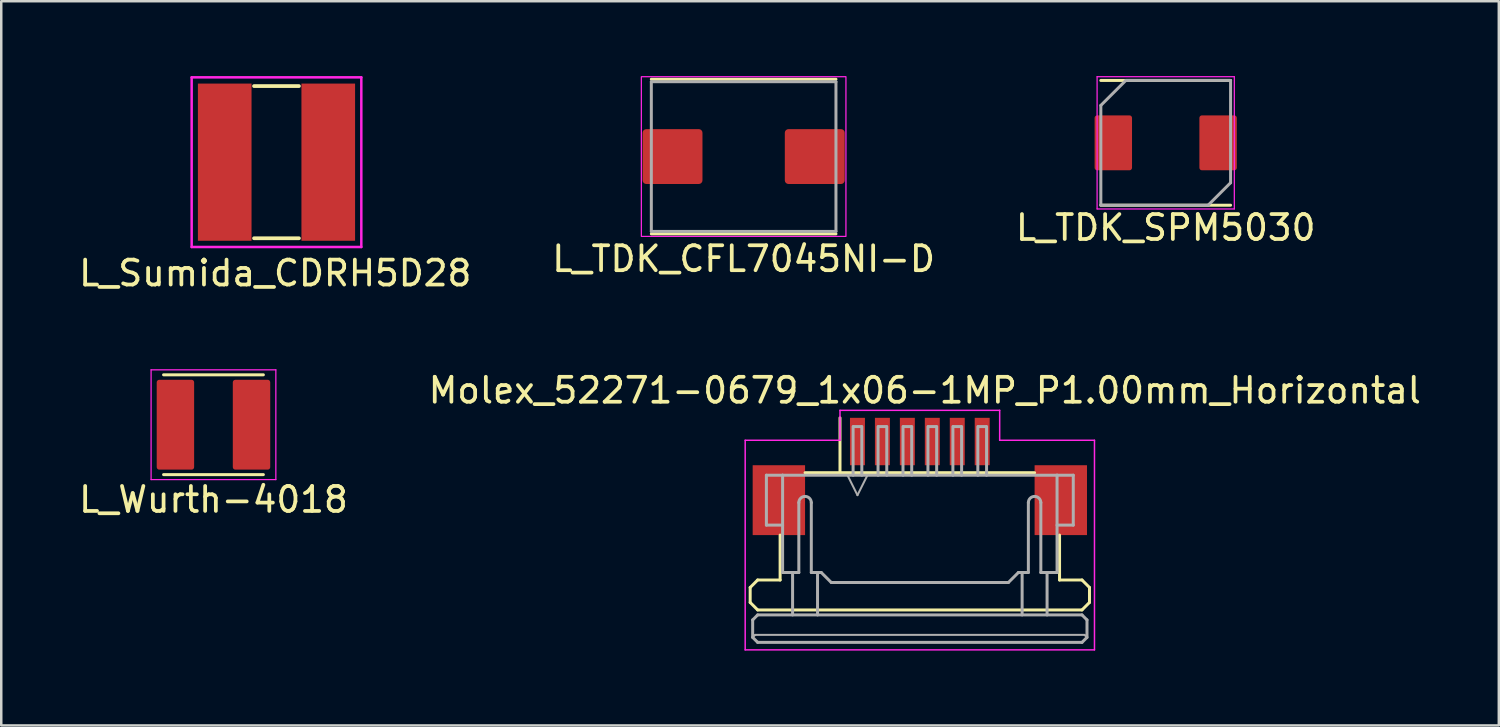
<source format=kicad_pcb>
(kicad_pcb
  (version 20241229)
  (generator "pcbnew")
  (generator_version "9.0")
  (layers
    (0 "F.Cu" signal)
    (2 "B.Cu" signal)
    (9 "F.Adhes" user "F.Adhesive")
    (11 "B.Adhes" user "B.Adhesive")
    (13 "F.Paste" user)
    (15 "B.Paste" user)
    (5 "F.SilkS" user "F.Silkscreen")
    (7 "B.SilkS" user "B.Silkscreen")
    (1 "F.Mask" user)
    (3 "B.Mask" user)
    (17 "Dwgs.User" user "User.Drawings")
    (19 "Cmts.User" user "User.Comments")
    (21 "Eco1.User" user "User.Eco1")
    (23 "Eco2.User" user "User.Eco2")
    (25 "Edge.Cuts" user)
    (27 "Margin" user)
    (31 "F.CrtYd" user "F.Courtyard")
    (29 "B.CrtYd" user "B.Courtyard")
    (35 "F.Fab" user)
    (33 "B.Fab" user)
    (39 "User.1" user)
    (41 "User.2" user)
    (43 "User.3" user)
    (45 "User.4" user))
  (footprint "L_TDK_SPM5030"
    (layer "F.Cu")
    (at 43.673 2.675)
    (property "Reference" "L_TDK_SPM5030" (at 0 3.4 0) (layer "F.SilkS") (effects (font (size 1 1) (thickness 0.15))))
    (attr through_hole)
    (fp_line (start -2.6 -2.5) (end 2.6 -2.5) (stroke (width 0.12) (type solid)) (layer "F.SilkS"))
    (fp_line (start 2.6 2.5) (end -2.6 2.5) (stroke (width 0.12) (type solid)) (layer "F.SilkS"))
    (fp_line (start -2.75 -2.65) (end 2.75 -2.65) (stroke (width 0.05) (type solid)) (layer "F.CrtYd"))
    (fp_line (start -2.75 2.65) (end -2.75 -2.65) (stroke (width 0.05) (type solid)) (layer "F.CrtYd"))
    (fp_line (start 2.75 -2.65) (end 2.75 2.65) (stroke (width 0.05) (type solid)) (layer "F.CrtYd"))
    (fp_line (start 2.75 2.65) (end -2.75 2.65) (stroke (width 0.05) (type solid)) (layer "F.CrtYd"))
    (fp_line (start -2.6 -1.5) (end -1.6 -2.5) (stroke (width 0.12) (type solid)) (layer "F.Fab"))
    (fp_line (start -2.6 2.5) (end -2.6 -1.5) (stroke (width 0.12) (type solid)) (layer "F.Fab"))
    (fp_line (start -1.6 -2.5) (end 2.6 -2.5) (stroke (width 0.12) (type solid)) (layer "F.Fab"))
    (fp_line (start 1.7 2.5) (end -2.6 2.5) (stroke (width 0.12) (type solid)) (layer "F.Fab"))
    (fp_line (start 2.6 -2.5) (end 2.6 1.6) (stroke (width 0.12) (type solid)) (layer "F.Fab"))
    (fp_line (start 2.6 1.6) (end 1.7 2.5) (stroke (width 0.12) (type solid)) (layer "F.Fab"))
    (pad "1" smd roundrect (at 2.1 0) (size 1.5 2.2) (layers "F.Cu" "F.Mask" "F.Paste") (roundrect_rratio 0.067))
    (pad "2" smd roundrect (at -2.1 0) (size 1.5 2.2) (layers "F.Cu" "F.Mask" "F.Paste") (roundrect_rratio 0.067)))
  (footprint "L_Sumida_CDRH5D28"
    (layer "F.Cu")
    (at 8.032 3.45)
    (property "Reference" "L_Sumida_CDRH5D28" (at -0.05 4.45 0) (layer "F.SilkS") (effects (font (size 1 1) (thickness 0.15))))
    (attr smd)
    (fp_line (start -0.9 -3.05) (end 0.9 -3.05) (stroke (width 0.15) (type solid)) (layer "F.SilkS"))
    (fp_line (start 0.9 3.05) (end -0.9 3.05) (stroke (width 0.15) (type solid)) (layer "F.SilkS"))
    (fp_line (start -3.4 -3.4) (end 3.4 -3.4) (stroke (width 0.1) (type solid)) (layer "F.CrtYd"))
    (fp_line (start -3.4 3.4) (end -3.4 -3.4) (stroke (width 0.1) (type solid)) (layer "F.CrtYd"))
    (fp_line (start 3.4 -3.4) (end 3.4 3.4) (stroke (width 0.1) (type solid)) (layer "F.CrtYd"))
    (fp_line (start 3.4 3.4) (end -3.4 3.4) (stroke (width 0.1) (type solid)) (layer "F.CrtYd"))
    (pad "1" smd rect (at -2.075 0) (size 2.15 6.3) (layers "F.Cu" "F.Mask" "F.Paste"))
    (pad "2" smd rect (at 2.075 0) (size 2.15 6.3) (layers "F.Cu" "F.Mask" "F.Paste")))
  (footprint "L_TDK_CFL7045NI-D"
    (layer "F.Cu")
    (at 26.756 3.225)
    (property "Reference" "L_TDK_CFL7045NI-D" (at 0 4.1 0) (layer "F.SilkS") (effects (font (size 1 1) (thickness 0.15))))
    (attr smd)
    (fp_line (start -3.7 -3.1) (end 3.7 -3.1) (stroke (width 0.12) (type solid)) (layer "F.SilkS"))
    (fp_line (start 3.7 3.1) (end -3.7 3.1) (stroke (width 0.12) (type solid)) (layer "F.SilkS"))
    (fp_rect (start -4.1 -3.2) (end 4.1 3.2) (stroke (width 0.05) (type default)) (fill no) (layer "F.CrtYd"))
    (fp_line (start -3.7 -3) (end 3.7 -3) (stroke (width 0.12) (type solid)) (layer "F.Fab"))
    (fp_line (start -3.7 3) (end -3.7 -3) (stroke (width 0.12) (type solid)) (layer "F.Fab"))
    (fp_line (start 3.7 -3) (end 3.7 3) (stroke (width 0.12) (type solid)) (layer "F.Fab"))
    (fp_line (start 3.7 3) (end -3.7 3) (stroke (width 0.12) (type solid)) (layer "F.Fab"))
    (pad "1" smd roundrect (at 2.85 0) (size 2.4 2.2) (layers "F.Cu" "F.Mask" "F.Paste") (roundrect_rratio 0.067))
    (pad "2" smd roundrect (at -2.85 0) (size 2.4 2.2) (layers "F.Cu" "F.Mask" "F.Paste") (roundrect_rratio 0.067)))
  (footprint "L_Wurth-4018"
    (layer "F.Cu")
    (at 5.506 13.973)
    (property "Reference" "L_Wurth-4018" (at 0 3 0) (layer "F.SilkS") (effects (font (size 1 1) (thickness 0.15))))
    (attr through_hole)
    (fp_line (start -2 -2) (end 2 -2) (stroke (width 0.12) (type solid)) (layer "F.SilkS"))
    (fp_line (start 2 2) (end -2 2) (stroke (width 0.12) (type solid)) (layer "F.SilkS"))
    (fp_line (start -2.5 -2.2) (end 2.5 -2.2) (stroke (width 0.05) (type solid)) (layer "F.CrtYd"))
    (fp_line (start -2.5 2.2) (end -2.5 -2.2) (stroke (width 0.05) (type solid)) (layer "F.CrtYd"))
    (fp_line (start 2.5 -2.2) (end 2.5 2.2) (stroke (width 0.05) (type solid)) (layer "F.CrtYd"))
    (fp_line (start 2.5 2.2) (end -2.5 2.2) (stroke (width 0.05) (type solid)) (layer "F.CrtYd"))
    (pad "1" smd roundrect (at 1.525 0) (size 1.5 3.6) (layers "F.Cu" "F.Mask" "F.Paste") (roundrect_rratio 0.067))
    (pad "2" smd roundrect (at -1.525 0) (size 1.5 3.6) (layers "F.Cu" "F.Mask" "F.Paste") (roundrect_rratio 0.067)))
  (footprint "Molex_52271-0679_1x06-1MP_P1.00mm_Horizontal"
    (layer "F.Cu")
    (at 33.818 15.597)
    (property "Reference" "Molex_52271-0679_1x06-1MP_P1.00mm_Horizontal" (at 0.2 -3 0) (layer "F.SilkS") (effects (font (size 1 1) (thickness 0.15))))
    (attr through_hole)
    (fp_line (start -6.8 4.9) (end -6.8 5.5) (stroke (width 0.12) (type solid)) (layer "F.SilkS"))
    (fp_line (start -6.8 5.5) (end -6.5 5.8) (stroke (width 0.12) (type solid)) (layer "F.SilkS"))
    (fp_line (start -6.5 4.6) (end -6.8 4.9) (stroke (width 0.12) (type solid)) (layer "F.SilkS"))
    (fp_line (start -6.5 4.6) (end -5.6 4.6) (stroke (width 0.12) (type solid)) (layer "F.SilkS"))
    (fp_line (start -6.5 5.8) (end 6.5 5.8) (stroke (width 0.12) (type solid)) (layer "F.SilkS"))
    (fp_line (start -5.6 2.8) (end -5.6 4.6) (stroke (width 0.12) (type solid)) (layer "F.SilkS"))
    (fp_line (start -4.6 0.3) (end 4.6 0.3) (stroke (width 0.12) (type solid)) (layer "F.SilkS"))
    (fp_line (start -3.2 0.3) (end -3.2 -1.9) (stroke (width 0.12) (type solid)) (layer "F.SilkS"))
    (fp_line (start 5.6 2.8) (end 5.6 4.6) (stroke (width 0.12) (type solid)) (layer "F.SilkS"))
    (fp_line (start 6.5 4.6) (end 5.6 4.6) (stroke (width 0.12) (type solid)) (layer "F.SilkS"))
    (fp_line (start 6.5 4.6) (end 6.8 4.9) (stroke (width 0.12) (type solid)) (layer "F.SilkS"))
    (fp_line (start 6.8 4.9) (end 6.8 5.5) (stroke (width 0.12) (type solid)) (layer "F.SilkS"))
    (fp_line (start 6.8 5.5) (end 6.5 5.8) (stroke (width 0.12) (type solid)) (layer "F.SilkS"))
    (fp_line (start -7 -1) (end -3.2 -1) (stroke (width 0.06) (type solid)) (layer "F.CrtYd"))
    (fp_line (start -7 7.4) (end -7 -1) (stroke (width 0.06) (type solid)) (layer "F.CrtYd"))
    (fp_line (start -3.2 -2.2) (end 3.2 -2.2) (stroke (width 0.06) (type solid)) (layer "F.CrtYd"))
    (fp_line (start -3.2 -1) (end -3.2 -2.2) (stroke (width 0.06) (type solid)) (layer "F.CrtYd"))
    (fp_line (start 3.2 -2.2) (end 3.2 -1) (stroke (width 0.06) (type solid)) (layer "F.CrtYd"))
    (fp_line (start 3.2 -1) (end 7 -1) (stroke (width 0.06) (type solid)) (layer "F.CrtYd"))
    (fp_line (start 7 -1) (end 7 7.4) (stroke (width 0.06) (type solid)) (layer "F.CrtYd"))
    (fp_line (start 7 7.4) (end -7 7.4) (stroke (width 0.06) (type solid)) (layer "F.CrtYd"))
    (fp_line (start -6.7 6.2) (end -6.5 6) (stroke (width 0.12) (type solid)) (layer "F.Fab"))
    (fp_line (start -6.7 6.9) (end -6.7 6.2) (stroke (width 0.12) (type solid)) (layer "F.Fab"))
    (fp_line (start -6.7 6.9) (end -6.6 6.8) (stroke (width 0.08) (type solid)) (layer "F.Fab"))
    (fp_line (start -6.6 6.8) (end 6.6 6.8) (stroke (width 0.08) (type solid)) (layer "F.Fab"))
    (fp_line (start -6.5 6) (end 6.5 6) (stroke (width 0.12) (type solid)) (layer "F.Fab"))
    (fp_line (start -6.5 7.1) (end -6.7 6.9) (stroke (width 0.12) (type solid)) (layer "F.Fab"))
    (fp_line (start -6.5 7.1) (end 6.5 7.1) (stroke (width 0.12) (type solid)) (layer "F.Fab"))
    (fp_line (start -6.15 0.4) (end -6.15 2.4) (stroke (width 0.12) (type solid)) (layer "F.Fab"))
    (fp_line (start -6.15 2.4) (end -5.5 2.4) (stroke (width 0.12) (type solid)) (layer "F.Fab"))
    (fp_line (start -5.5 0.4) (end -6.15 0.4) (stroke (width 0.12) (type solid)) (layer "F.Fab"))
    (fp_line (start -5.5 0.4) (end -5.5 4.3) (stroke (width 0.12) (type solid)) (layer "F.Fab"))
    (fp_line (start -5.5 0.4) (end 5.5 0.4) (stroke (width 0.12) (type solid)) (layer "F.Fab"))
    (fp_line (start -5.5 4.3) (end -4.85 4.3) (stroke (width 0.12) (type solid)) (layer "F.Fab"))
    (fp_line (start -5.1 4.3) (end -5.1 6) (stroke (width 0.12) (type solid)) (layer "F.Fab"))
    (fp_line (start -4.85 4.3) (end -4.85 1.5) (stroke (width 0.12) (type solid)) (layer "F.Fab"))
    (fp_line (start -4.35 4.3) (end -4.35 1.5) (stroke (width 0.12) (type solid)) (layer "F.Fab"))
    (fp_line (start -4.35 4.3) (end -3.95 4.3) (stroke (width 0.12) (type solid)) (layer "F.Fab"))
    (fp_line (start -4.1 4.3) (end -4.1 6) (stroke (width 0.12) (type solid)) (layer "F.Fab"))
    (fp_line (start -3.95 4.3) (end -3.55 4.7) (stroke (width 0.12) (type solid)) (layer "F.Fab"))
    (fp_line (start -2.675 0.4) (end -2.675 -1.55) (stroke (width 0.12) (type solid)) (layer "F.Fab"))
    (fp_line (start -2.65 -1.55) (end -2.35 -1.55) (stroke (width 0.12) (type solid)) (layer "F.Fab"))
    (fp_line (start -2.5 1.2) (end -2.9 0.4) (stroke (width 0.08) (type solid)) (layer "F.Fab"))
    (fp_line (start -2.325 -1.55) (end -2.325 0.4) (stroke (width 0.12) (type solid)) (layer "F.Fab"))
    (fp_line (start -2.1 0.4) (end -2.5 1.2) (stroke (width 0.08) (type solid)) (layer "F.Fab"))
    (fp_line (start -1.675 0.4) (end -1.675 -1.55) (stroke (width 0.12) (type solid)) (layer "F.Fab"))
    (fp_line (start -1.65 -1.55) (end -1.35 -1.55) (stroke (width 0.12) (type solid)) (layer "F.Fab"))
    (fp_line (start -1.325 -1.55) (end -1.325 0.4) (stroke (width 0.12) (type solid)) (layer "F.Fab"))
    (fp_line (start -0.675 0.4) (end -0.675 -1.55) (stroke (width 0.12) (type solid)) (layer "F.Fab"))
    (fp_line (start -0.65 -1.55) (end -0.35 -1.55) (stroke (width 0.12) (type solid)) (layer "F.Fab"))
    (fp_line (start -0.325 -1.55) (end -0.325 0.4) (stroke (width 0.12) (type solid)) (layer "F.Fab"))
    (fp_line (start 0.325 0.4) (end 0.325 -1.55) (stroke (width 0.12) (type solid)) (layer "F.Fab"))
    (fp_line (start 0.35 -1.55) (end 0.65 -1.55) (stroke (width 0.12) (type solid)) (layer "F.Fab"))
    (fp_line (start 0.675 -1.55) (end 0.675 0.4) (stroke (width 0.12) (type solid)) (layer "F.Fab"))
    (fp_line (start 1.325 0.4) (end 1.325 -1.55) (stroke (width 0.12) (type solid)) (layer "F.Fab"))
    (fp_line (start 1.35 -1.55) (end 1.65 -1.55) (stroke (width 0.12) (type solid)) (layer "F.Fab"))
    (fp_line (start 1.675 -1.55) (end 1.675 0.4) (stroke (width 0.12) (type solid)) (layer "F.Fab"))
    (fp_line (start 2.325 0.4) (end 2.325 -1.55) (stroke (width 0.12) (type solid)) (layer "F.Fab"))
    (fp_line (start 2.35 -1.55) (end 2.65 -1.55) (stroke (width 0.12) (type solid)) (layer "F.Fab"))
    (fp_line (start 2.675 -1.55) (end 2.675 0.4) (stroke (width 0.12) (type solid)) (layer "F.Fab"))
    (fp_line (start 3.55 4.7) (end -3.55 4.7) (stroke (width 0.12) (type solid)) (layer "F.Fab"))
    (fp_line (start 3.55 4.7) (end 3.95 4.3) (stroke (width 0.12) (type solid)) (layer "F.Fab"))
    (fp_line (start 3.95 4.3) (end 4.35 4.3) (stroke (width 0.12) (type solid)) (layer "F.Fab"))
    (fp_line (start 4.1 4.3) (end 4.1 6) (stroke (width 0.12) (type solid)) (layer "F.Fab"))
    (fp_line (start 4.35 4.3) (end 4.35 1.5) (stroke (width 0.12) (type solid)) (layer "F.Fab"))
    (fp_line (start 4.85 4.3) (end 4.85 1.5) (stroke (width 0.12) (type solid)) (layer "F.Fab"))
    (fp_line (start 5.1 4.3) (end 5.1 6) (stroke (width 0.12) (type solid)) (layer "F.Fab"))
    (fp_line (start 5.5 0.4) (end 5.5 4.3) (stroke (width 0.12) (type solid)) (layer "F.Fab"))
    (fp_line (start 5.5 0.4) (end 6.15 0.4) (stroke (width 0.12) (type solid)) (layer "F.Fab"))
    (fp_line (start 5.5 4.3) (end 4.85 4.3) (stroke (width 0.12) (type solid)) (layer "F.Fab"))
    (fp_line (start 6.15 0.4) (end 6.15 2.4) (stroke (width 0.12) (type solid)) (layer "F.Fab"))
    (fp_line (start 6.15 2.4) (end 5.5 2.4) (stroke (width 0.12) (type solid)) (layer "F.Fab"))
    (fp_line (start 6.5 7.1) (end 6.7 6.9) (stroke (width 0.12) (type solid)) (layer "F.Fab"))
    (fp_line (start 6.6 6.8) (end 6.7 6.9) (stroke (width 0.08) (type solid)) (layer "F.Fab"))
    (fp_line (start 6.7 6.2) (end 6.5 6) (stroke (width 0.12) (type solid)) (layer "F.Fab"))
    (fp_line (start 6.7 6.9) (end 6.7 6.2) (stroke (width 0.12) (type solid)) (layer "F.Fab"))
    (fp_arc (start -4.85 1.5) (mid -4.6 1.25) (end -4.35 1.5) (stroke (width 0.12) (type solid)) (layer "F.Fab"))
    (fp_arc (start 4.35 1.5) (mid 4.6 1.25) (end 4.85 1.5) (stroke (width 0.12) (type solid)) (layer "F.Fab"))
    (pad "1" smd rect (at -2.5 -0.95) (size 0.6 1.9) (layers "F.Cu" "F.Mask" "F.Paste"))
    (pad "2" smd rect (at -1.5 -0.95) (size 0.6 1.9) (layers "F.Cu" "F.Mask" "F.Paste"))
    (pad "3" smd rect (at -0.5 -0.95) (size 0.6 1.9) (layers "F.Cu" "F.Mask" "F.Paste"))
    (pad "4" smd rect (at 0.5 -0.95) (size 0.6 1.9) (layers "F.Cu" "F.Mask" "F.Paste"))
    (pad "5" smd rect (at 1.5 -0.95) (size 0.6 1.9) (layers "F.Cu" "F.Mask" "F.Paste"))
    (pad "6" smd rect (at 2.5 -0.95) (size 0.6 1.9) (layers "F.Cu" "F.Mask" "F.Paste"))
    (pad "MP" smd rect (at -5.65 1.4) (size 2.1 2.8) (layers "F.Cu" "F.Mask" "F.Paste"))
    (pad "MP" smd rect (at 5.65 1.4) (size 2.1 2.8) (layers "F.Cu" "F.Mask" "F.Paste")))
  (gr_rect
    (start -3 -3)
    (end 57.024 26.026)
    (stroke (width 0.1) (type default))
    (fill no)
    (layer "Edge.Cuts")))
</source>
